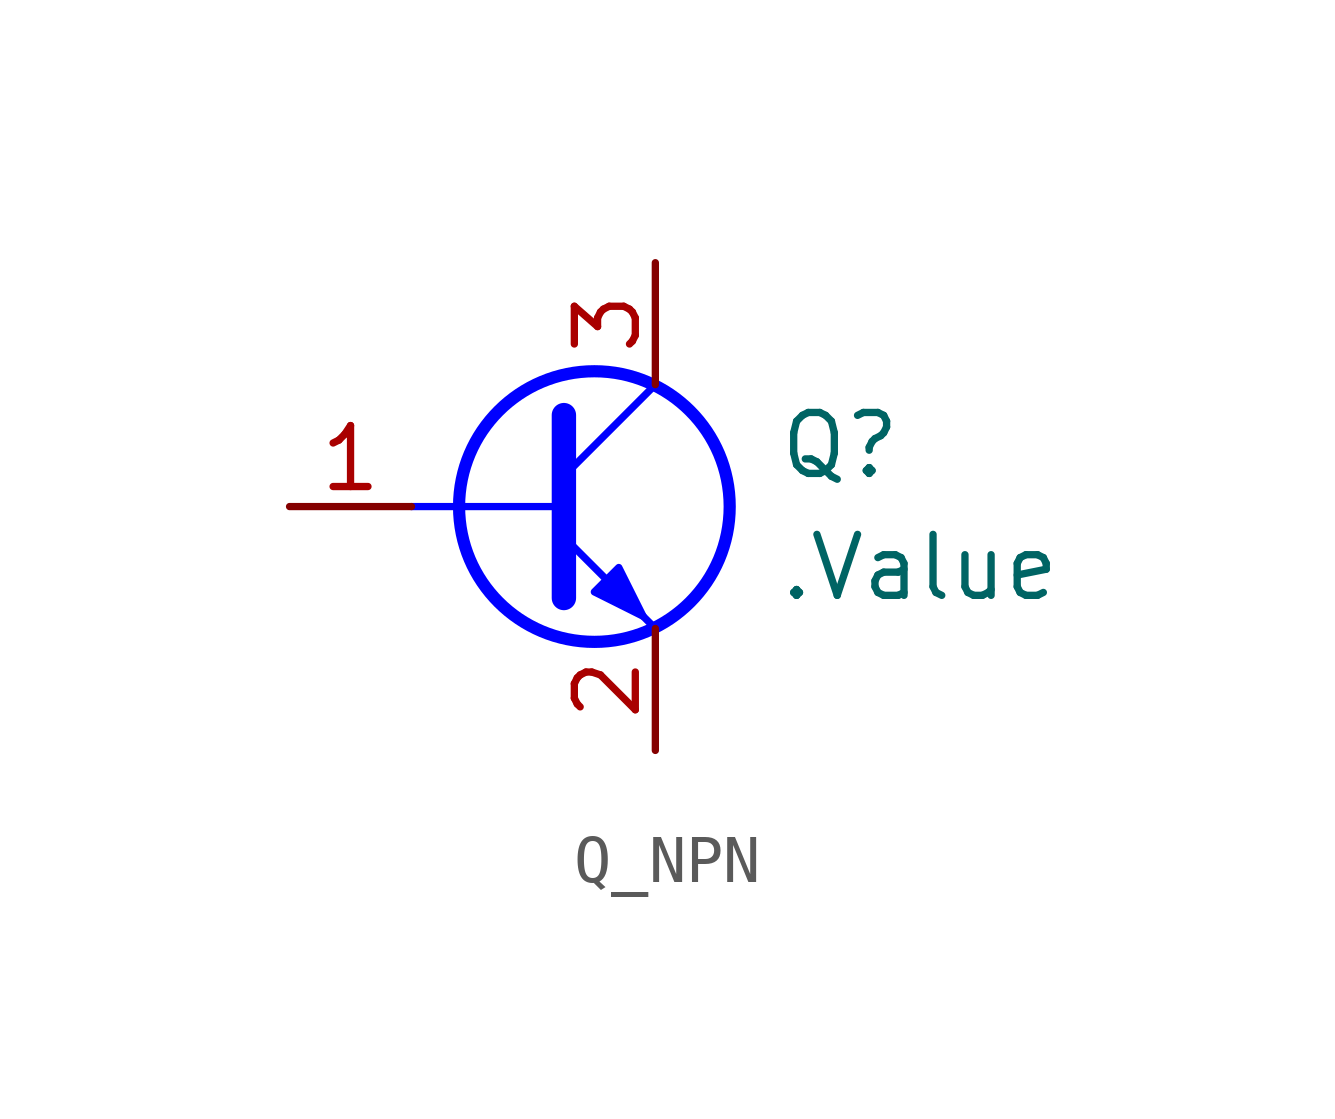
<source format=kicad_sym>
(kicad_symbol_lib
  (version 20241209)
  (generator "kicad_symbol_editor")
  (generator_version "9.0")
  (symbol "Q_NPN"
    (pin_names
      (offset 0)
      (hide yes))
    (property "Reference" "Q"
      (at 5.08 1.27 0)
      (effects (font (size 1.27 1.27)) (justify left)))
    (property "Value" ".Value"
      (at 5.08 -1.27 0)
      (effects (font (size 1.27 1.27)) (justify left)))
    (symbol "Q_NPN_0_1"
      (polyline (pts (xy -2.54 0) (xy 0.635 0)) (stroke (width 0) (type default) (color 0 0 255 1)) (fill (type none)))
      (polyline (pts (xy 0.635 1.905) (xy 0.635 -1.905)) (stroke (width 0.508) (type default) (color 0 0 255 1)) (fill (type none)))
      (polyline (pts (xy 0.635 0.635) (xy 2.54 2.54)) (stroke (width 0) (type default) (color 0 0 255 1)) (fill (type none)))
      (polyline (pts (xy 0.635 -0.635) (xy 2.54 -2.54)) (stroke (width 0) (type default) (color 0 0 255 1)) (fill (type none)))
      (circle (center 1.27 0) (radius 2.819) (stroke (width 0.254) (type default) (color 0 0 255 1)) (fill (type none)))
      (polyline (pts (xy 1.27 -1.778) (xy 1.778 -1.27) (xy 2.286 -2.286) (xy 1.27 -1.778)) (stroke (width 0) (type default) (color 0 0 255 1)) (fill (type outline))))
    (symbol "Q_NPN_1_1"
      (pin passive line (at -5.08 0 0) (length 2.54) (name "B" (effects (font (size 1.27 1.27)))) (number "1" (effects (font (size 1.27 1.27)))))
      (pin passive line (at 2.54 5.08 270) (length 2.54) (name "C" (effects (font (size 1.27 1.27)))) (number "3" (effects (font (size 1.27 1.27)))))
      (pin passive line (at 2.54 -5.08 90) (length 2.54) (name "E" (effects (font (size 1.27 1.27)))) (number "2" (effects (font (size 1.27 1.27))))))))
</source>
